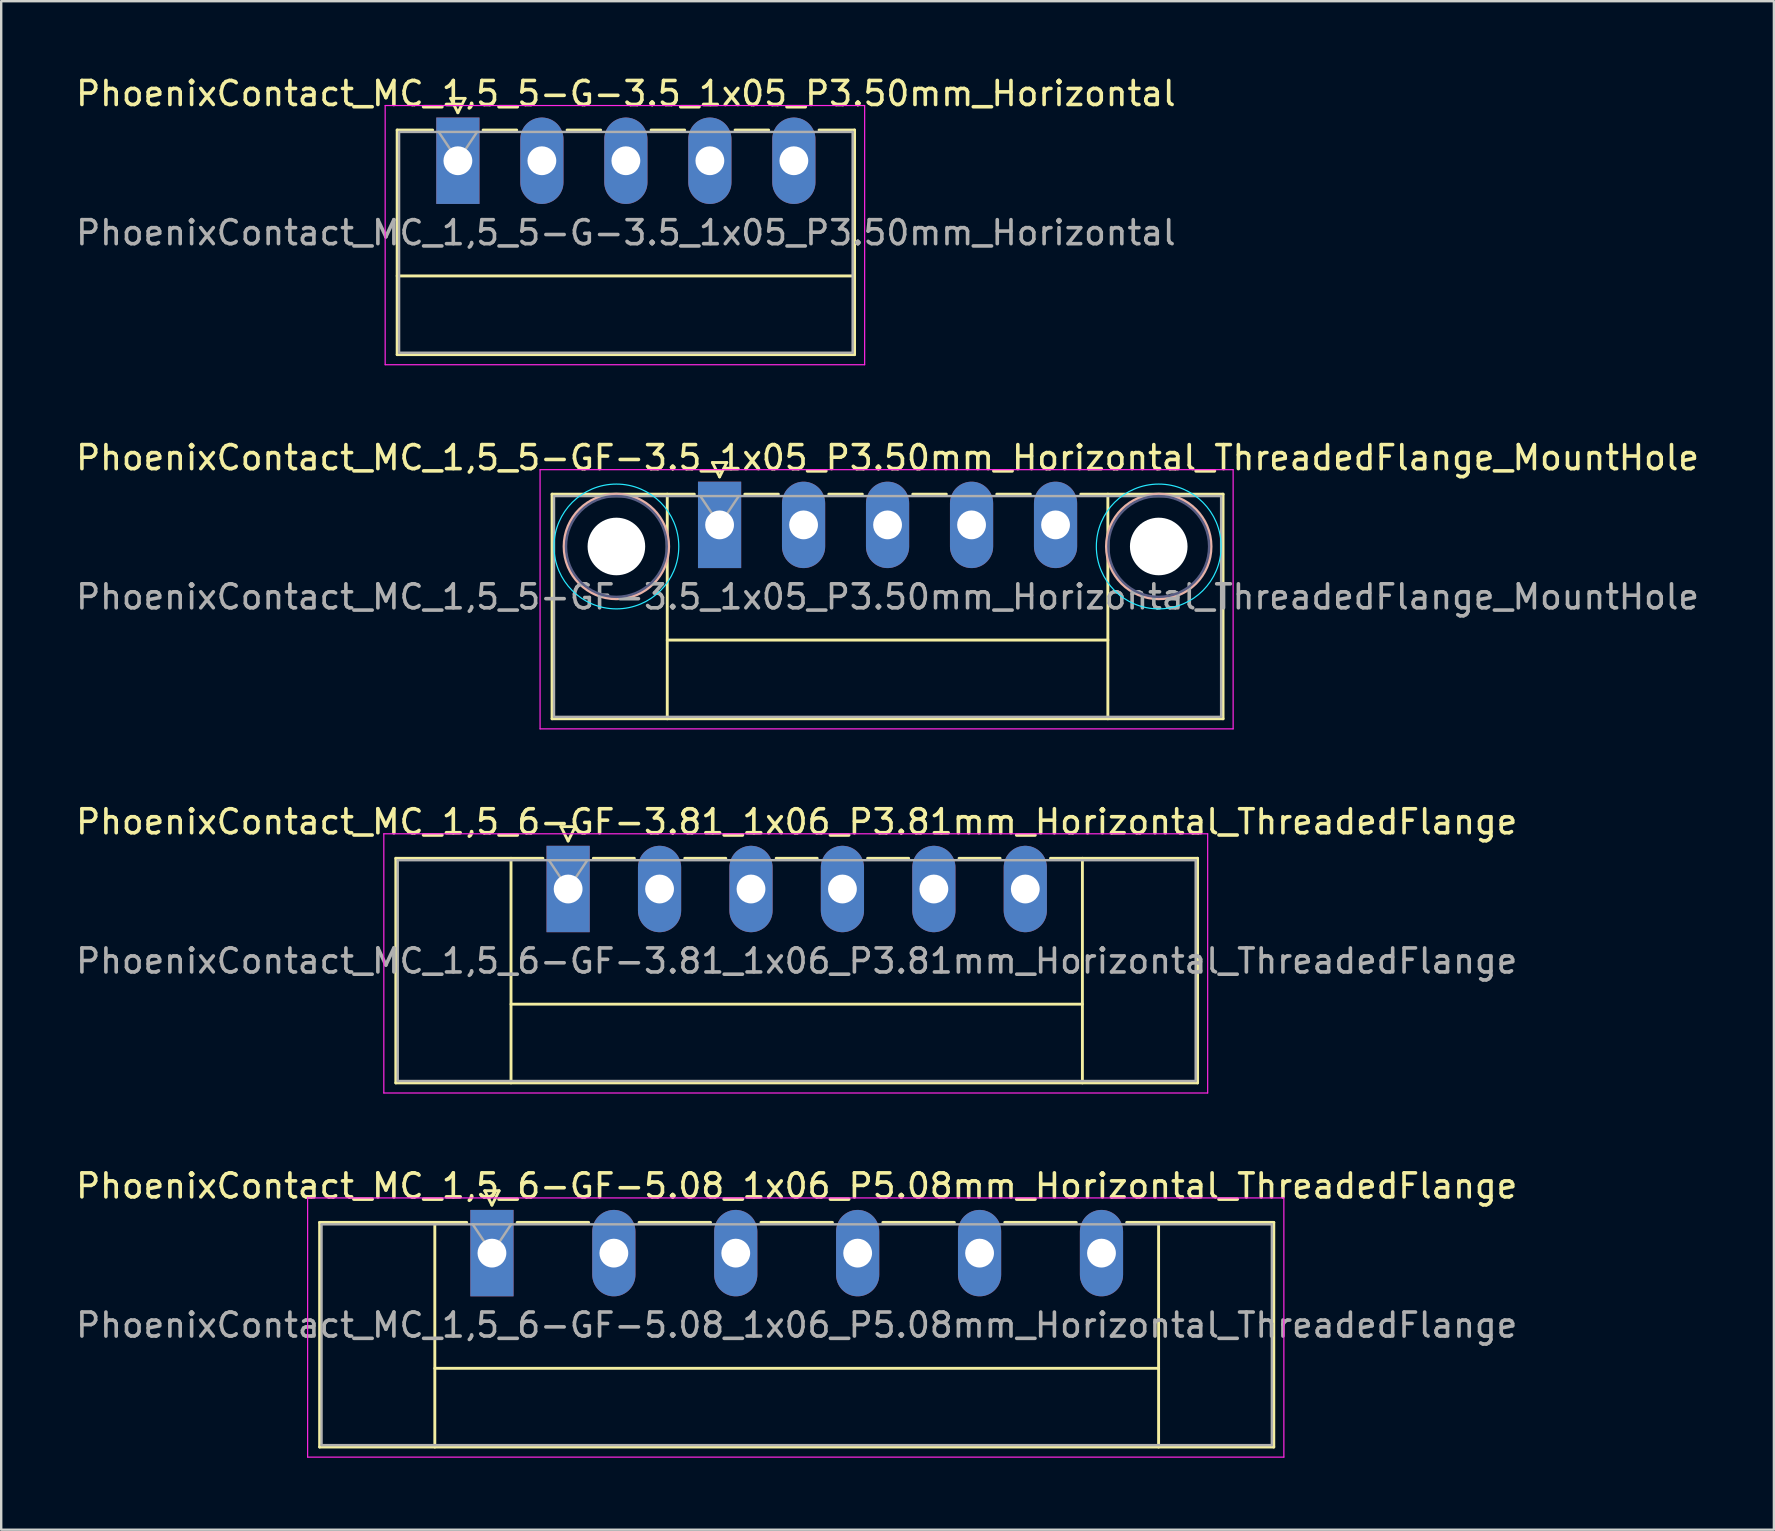
<source format=kicad_pcb>
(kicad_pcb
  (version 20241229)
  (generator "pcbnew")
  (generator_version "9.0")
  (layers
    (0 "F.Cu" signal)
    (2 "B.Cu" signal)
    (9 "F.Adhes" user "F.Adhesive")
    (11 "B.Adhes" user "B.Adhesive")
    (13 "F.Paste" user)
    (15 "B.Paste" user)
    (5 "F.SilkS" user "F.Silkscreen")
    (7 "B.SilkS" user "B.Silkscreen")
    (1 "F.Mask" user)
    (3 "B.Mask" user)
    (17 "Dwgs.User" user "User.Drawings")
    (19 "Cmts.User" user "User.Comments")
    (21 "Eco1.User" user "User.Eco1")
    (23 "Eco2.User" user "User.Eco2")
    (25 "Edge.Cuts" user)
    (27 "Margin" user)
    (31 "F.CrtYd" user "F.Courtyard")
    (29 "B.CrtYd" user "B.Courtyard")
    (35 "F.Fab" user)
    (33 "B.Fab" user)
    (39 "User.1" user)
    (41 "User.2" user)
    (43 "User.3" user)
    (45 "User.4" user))
  (footprint "PhoenixContact_MC_1,5_5-GF-3.5_1x05_P3.50mm_Horizontal_ThreadedFlange_MountHole"
    (layer "F.Cu")
    (at 26.935 18.822)
    (property "Reference" "PhoenixContact_MC_1,5_5-GF-3.5_1x05_P3.50mm_Horizontal_ThreadedFlange_MountHole" (at 7 -2.8 0) (layer "F.SilkS") (effects (font (size 1 1) (thickness 0.15))))
    (attr through_hole)
    (fp_line (start -6.98 -1.28) (end -6.98 8.08) (stroke (width 0.12) (type solid)) (layer "F.SilkS"))
    (fp_line (start -6.98 -1.28) (end -1.05 -1.28) (stroke (width 0.12) (type solid)) (layer "F.SilkS"))
    (fp_line (start -6.98 8.08) (end 20.98 8.08) (stroke (width 0.12) (type solid)) (layer "F.SilkS"))
    (fp_line (start -2.18 -1.28) (end -2.18 8.08) (stroke (width 0.12) (type solid)) (layer "F.SilkS"))
    (fp_line (start -2.18 4.8) (end 16.18 4.8) (stroke (width 0.12) (type solid)) (layer "F.SilkS"))
    (fp_line (start -0.3 -2.6) (end 0.3 -2.6) (stroke (width 0.12) (type solid)) (layer "F.SilkS"))
    (fp_line (start 0 -2) (end -0.3 -2.6) (stroke (width 0.12) (type solid)) (layer "F.SilkS"))
    (fp_line (start 0.3 -2.6) (end 0 -2) (stroke (width 0.12) (type solid)) (layer "F.SilkS"))
    (fp_line (start 1.05 -1.28) (end 2.45 -1.28) (stroke (width 0.12) (type solid)) (layer "F.SilkS"))
    (fp_line (start 4.55 -1.28) (end 5.95 -1.28) (stroke (width 0.12) (type solid)) (layer "F.SilkS"))
    (fp_line (start 8.05 -1.28) (end 9.45 -1.28) (stroke (width 0.12) (type solid)) (layer "F.SilkS"))
    (fp_line (start 11.55 -1.28) (end 12.95 -1.28) (stroke (width 0.12) (type solid)) (layer "F.SilkS"))
    (fp_line (start 16.18 -1.28) (end 16.18 8.08) (stroke (width 0.12) (type solid)) (layer "F.SilkS"))
    (fp_line (start 20.98 -1.28) (end 15.05 -1.28) (stroke (width 0.12) (type solid)) (layer "F.SilkS"))
    (fp_line (start 20.98 8.08) (end 20.98 -1.28) (stroke (width 0.12) (type solid)) (layer "F.SilkS"))
    (fp_circle (center -4.3 0.9) (end -2.12 0.9) (stroke (width 0.12) (type solid)) (fill no) (layer "B.SilkS"))
    (fp_circle (center 18.3 0.9) (end 20.48 0.9) (stroke (width 0.12) (type solid)) (fill no) (layer "B.SilkS"))
    (fp_circle (center -4.3 0.9) (end -1.7 0.9) (stroke (width 0.05) (type solid)) (fill no) (layer "B.CrtYd"))
    (fp_circle (center 18.3 0.9) (end 20.9 0.9) (stroke (width 0.05) (type solid)) (fill no) (layer "B.CrtYd"))
    (fp_line (start -7.48 -2.3) (end -7.48 8.5) (stroke (width 0.05) (type solid)) (layer "F.CrtYd"))
    (fp_line (start -7.48 8.5) (end 21.4 8.5) (stroke (width 0.05) (type solid)) (layer "F.CrtYd"))
    (fp_line (start 21.4 -2.3) (end -7.48 -2.3) (stroke (width 0.05) (type solid)) (layer "F.CrtYd"))
    (fp_line (start 21.4 8.5) (end 21.4 -2.3) (stroke (width 0.05) (type solid)) (layer "F.CrtYd"))
    (fp_circle (center -4.3 0.9) (end -2.2 0.9) (stroke (width 0.1) (type solid)) (fill no) (layer "B.Fab"))
    (fp_circle (center 18.3 0.9) (end 20.4 0.9) (stroke (width 0.1) (type solid)) (fill no) (layer "B.Fab"))
    (fp_line (start -6.9 -1.2) (end -6.9 8) (stroke (width 0.1) (type solid)) (layer "F.Fab"))
    (fp_line (start -6.9 8) (end 20.9 8) (stroke (width 0.1) (type solid)) (layer "F.Fab"))
    (fp_line (start 0 0) (end -0.8 -1.2) (stroke (width 0.1) (type solid)) (layer "F.Fab"))
    (fp_line (start 0.8 -1.2) (end 0 0) (stroke (width 0.1) (type solid)) (layer "F.Fab"))
    (fp_line (start 20.9 -1.2) (end -6.9 -1.2) (stroke (width 0.1) (type solid)) (layer "F.Fab"))
    (fp_line (start 20.9 8) (end 20.9 -1.2) (stroke (width 0.1) (type solid)) (layer "F.Fab"))
    (fp_text user "${REFERENCE}" (at 7 3 0) (layer "F.Fab") (effects (font (size 1 1) (thickness 0.15))))
    (pad "" np_thru_hole circle (at -4.3 0.9) (size 2.4 2.4) (drill 2.4) (layers "*.Cu" "*.Mask"))
    (pad "" np_thru_hole circle (at 18.3 0.9) (size 2.4 2.4) (drill 2.4) (layers "*.Cu" "*.Mask"))
    (pad "1" thru_hole rect (at 0 0) (size 1.8 3.6) (drill 1.2) (layers "*.Cu" "*.Mask"))
    (pad "2" thru_hole oval (at 3.5 0) (size 1.8 3.6) (drill 1.2) (layers "*.Cu" "*.Mask"))
    (pad "3" thru_hole oval (at 7 0) (size 1.8 3.6) (drill 1.2) (layers "*.Cu" "*.Mask"))
    (pad "4" thru_hole oval (at 10.5 0) (size 1.8 3.6) (drill 1.2) (layers "*.Cu" "*.Mask"))
    (pad "5" thru_hole oval (at 14 0) (size 1.8 3.6) (drill 1.2) (layers "*.Cu" "*.Mask")))
  (footprint "PhoenixContact_MC_1,5_6-GF-3.81_1x06_P3.81mm_Horizontal_ThreadedFlange"
    (layer "F.Cu")
    (at 20.624 33.995)
    (property "Reference" "PhoenixContact_MC_1,5_6-GF-3.81_1x06_P3.81mm_Horizontal_ThreadedFlange" (at 9.525 -2.8 0) (layer "F.SilkS") (effects (font (size 1 1) (thickness 0.15))))
    (attr through_hole)
    (fp_line (start -7.18 -1.28) (end -7.18 8.08) (stroke (width 0.12) (type solid)) (layer "F.SilkS"))
    (fp_line (start -7.18 -1.28) (end -1.05 -1.28) (stroke (width 0.12) (type solid)) (layer "F.SilkS"))
    (fp_line (start -7.18 8.08) (end 26.23 8.08) (stroke (width 0.12) (type solid)) (layer "F.SilkS"))
    (fp_line (start -2.38 -1.28) (end -2.38 8.08) (stroke (width 0.12) (type solid)) (layer "F.SilkS"))
    (fp_line (start -2.38 4.8) (end 21.43 4.8) (stroke (width 0.12) (type solid)) (layer "F.SilkS"))
    (fp_line (start -0.3 -2.6) (end 0.3 -2.6) (stroke (width 0.12) (type solid)) (layer "F.SilkS"))
    (fp_line (start 0 -2) (end -0.3 -2.6) (stroke (width 0.12) (type solid)) (layer "F.SilkS"))
    (fp_line (start 0.3 -2.6) (end 0 -2) (stroke (width 0.12) (type solid)) (layer "F.SilkS"))
    (fp_line (start 1.05 -1.28) (end 2.76 -1.28) (stroke (width 0.12) (type solid)) (layer "F.SilkS"))
    (fp_line (start 4.86 -1.28) (end 6.57 -1.28) (stroke (width 0.12) (type solid)) (layer "F.SilkS"))
    (fp_line (start 8.67 -1.28) (end 10.38 -1.28) (stroke (width 0.12) (type solid)) (layer "F.SilkS"))
    (fp_line (start 12.48 -1.28) (end 14.19 -1.28) (stroke (width 0.12) (type solid)) (layer "F.SilkS"))
    (fp_line (start 16.29 -1.28) (end 18 -1.28) (stroke (width 0.12) (type solid)) (layer "F.SilkS"))
    (fp_line (start 21.43 -1.28) (end 21.43 8.08) (stroke (width 0.12) (type solid)) (layer "F.SilkS"))
    (fp_line (start 26.23 -1.28) (end 20.1 -1.28) (stroke (width 0.12) (type solid)) (layer "F.SilkS"))
    (fp_line (start 26.23 8.08) (end 26.23 -1.28) (stroke (width 0.12) (type solid)) (layer "F.SilkS"))
    (fp_line (start -7.68 -2.3) (end -7.68 8.5) (stroke (width 0.05) (type solid)) (layer "F.CrtYd"))
    (fp_line (start -7.68 8.5) (end 26.65 8.5) (stroke (width 0.05) (type solid)) (layer "F.CrtYd"))
    (fp_line (start 26.65 -2.3) (end -7.68 -2.3) (stroke (width 0.05) (type solid)) (layer "F.CrtYd"))
    (fp_line (start 26.65 8.5) (end 26.65 -2.3) (stroke (width 0.05) (type solid)) (layer "F.CrtYd"))
    (fp_line (start -7.1 -1.2) (end -7.1 8) (stroke (width 0.1) (type solid)) (layer "F.Fab"))
    (fp_line (start -7.1 8) (end 26.15 8) (stroke (width 0.1) (type solid)) (layer "F.Fab"))
    (fp_line (start 0 0) (end -0.8 -1.2) (stroke (width 0.1) (type solid)) (layer "F.Fab"))
    (fp_line (start 0.8 -1.2) (end 0 0) (stroke (width 0.1) (type solid)) (layer "F.Fab"))
    (fp_line (start 26.15 -1.2) (end -7.1 -1.2) (stroke (width 0.1) (type solid)) (layer "F.Fab"))
    (fp_line (start 26.15 8) (end 26.15 -1.2) (stroke (width 0.1) (type solid)) (layer "F.Fab"))
    (fp_text user "${REFERENCE}" (at 9.525 3 0) (layer "F.Fab") (effects (font (size 1 1) (thickness 0.15))))
    (pad "1" thru_hole rect (at 0 0) (size 1.8 3.6) (drill 1.2) (layers "*.Cu" "*.Mask"))
    (pad "2" thru_hole oval (at 3.81 0) (size 1.8 3.6) (drill 1.2) (layers "*.Cu" "*.Mask"))
    (pad "3" thru_hole oval (at 7.62 0) (size 1.8 3.6) (drill 1.2) (layers "*.Cu" "*.Mask"))
    (pad "4" thru_hole oval (at 11.43 0) (size 1.8 3.6) (drill 1.2) (layers "*.Cu" "*.Mask"))
    (pad "5" thru_hole oval (at 15.24 0) (size 1.8 3.6) (drill 1.2) (layers "*.Cu" "*.Mask"))
    (pad "6" thru_hole oval (at 19.05 0) (size 1.8 3.6) (drill 1.2) (layers "*.Cu" "*.Mask")))
  (footprint "PhoenixContact_MC_1,5_6-GF-5.08_1x06_P5.08mm_Horizontal_ThreadedFlange"
    (layer "F.Cu")
    (at 17.449 49.168)
    (property "Reference" "PhoenixContact_MC_1,5_6-GF-5.08_1x06_P5.08mm_Horizontal_ThreadedFlange" (at 12.7 -2.8 0) (layer "F.SilkS") (effects (font (size 1 1) (thickness 0.15))))
    (attr through_hole)
    (fp_line (start -7.18 -1.28) (end -7.18 8.08) (stroke (width 0.12) (type solid)) (layer "F.SilkS"))
    (fp_line (start -7.18 -1.28) (end -1.05 -1.28) (stroke (width 0.12) (type solid)) (layer "F.SilkS"))
    (fp_line (start -7.18 8.08) (end 32.58 8.08) (stroke (width 0.12) (type solid)) (layer "F.SilkS"))
    (fp_line (start -2.38 -1.28) (end -2.38 8.08) (stroke (width 0.12) (type solid)) (layer "F.SilkS"))
    (fp_line (start -2.38 4.8) (end 27.78 4.8) (stroke (width 0.12) (type solid)) (layer "F.SilkS"))
    (fp_line (start -0.3 -2.6) (end 0.3 -2.6) (stroke (width 0.12) (type solid)) (layer "F.SilkS"))
    (fp_line (start 0 -2) (end -0.3 -2.6) (stroke (width 0.12) (type solid)) (layer "F.SilkS"))
    (fp_line (start 0.3 -2.6) (end 0 -2) (stroke (width 0.12) (type solid)) (layer "F.SilkS"))
    (fp_line (start 1.05 -1.28) (end 4.03 -1.28) (stroke (width 0.12) (type solid)) (layer "F.SilkS"))
    (fp_line (start 6.13 -1.28) (end 9.11 -1.28) (stroke (width 0.12) (type solid)) (layer "F.SilkS"))
    (fp_line (start 11.21 -1.28) (end 14.19 -1.28) (stroke (width 0.12) (type solid)) (layer "F.SilkS"))
    (fp_line (start 16.29 -1.28) (end 19.27 -1.28) (stroke (width 0.12) (type solid)) (layer "F.SilkS"))
    (fp_line (start 21.37 -1.28) (end 24.35 -1.28) (stroke (width 0.12) (type solid)) (layer "F.SilkS"))
    (fp_line (start 27.78 -1.28) (end 27.78 8.08) (stroke (width 0.12) (type solid)) (layer "F.SilkS"))
    (fp_line (start 32.58 -1.28) (end 26.45 -1.28) (stroke (width 0.12) (type solid)) (layer "F.SilkS"))
    (fp_line (start 32.58 8.08) (end 32.58 -1.28) (stroke (width 0.12) (type solid)) (layer "F.SilkS"))
    (fp_line (start -7.68 -2.3) (end -7.68 8.5) (stroke (width 0.05) (type solid)) (layer "F.CrtYd"))
    (fp_line (start -7.68 8.5) (end 33 8.5) (stroke (width 0.05) (type solid)) (layer "F.CrtYd"))
    (fp_line (start 33 -2.3) (end -7.68 -2.3) (stroke (width 0.05) (type solid)) (layer "F.CrtYd"))
    (fp_line (start 33 8.5) (end 33 -2.3) (stroke (width 0.05) (type solid)) (layer "F.CrtYd"))
    (fp_line (start -7.1 -1.2) (end -7.1 8) (stroke (width 0.1) (type solid)) (layer "F.Fab"))
    (fp_line (start -7.1 8) (end 32.5 8) (stroke (width 0.1) (type solid)) (layer "F.Fab"))
    (fp_line (start 0 0) (end -0.8 -1.2) (stroke (width 0.1) (type solid)) (layer "F.Fab"))
    (fp_line (start 0.8 -1.2) (end 0 0) (stroke (width 0.1) (type solid)) (layer "F.Fab"))
    (fp_line (start 32.5 -1.2) (end -7.1 -1.2) (stroke (width 0.1) (type solid)) (layer "F.Fab"))
    (fp_line (start 32.5 8) (end 32.5 -1.2) (stroke (width 0.1) (type solid)) (layer "F.Fab"))
    (fp_text user "${REFERENCE}" (at 12.7 3 0) (layer "F.Fab") (effects (font (size 1 1) (thickness 0.15))))
    (pad "1" thru_hole rect (at 0 0) (size 1.8 3.6) (drill 1.2) (layers "*.Cu" "*.Mask"))
    (pad "2" thru_hole oval (at 5.08 0) (size 1.8 3.6) (drill 1.2) (layers "*.Cu" "*.Mask"))
    (pad "3" thru_hole oval (at 10.16 0) (size 1.8 3.6) (drill 1.2) (layers "*.Cu" "*.Mask"))
    (pad "4" thru_hole oval (at 15.24 0) (size 1.8 3.6) (drill 1.2) (layers "*.Cu" "*.Mask"))
    (pad "5" thru_hole oval (at 20.32 0) (size 1.8 3.6) (drill 1.2) (layers "*.Cu" "*.Mask"))
    (pad "6" thru_hole oval (at 25.4 0) (size 1.8 3.6) (drill 1.2) (layers "*.Cu" "*.Mask")))
  (footprint "PhoenixContact_MC_1,5_5-G-3.5_1x05_P3.50mm_Horizontal"
    (layer "F.Cu")
    (at 16.03 3.648)
    (property "Reference" "PhoenixContact_MC_1,5_5-G-3.5_1x05_P3.50mm_Horizontal" (at 7 -2.8 0) (layer "F.SilkS") (effects (font (size 1 1) (thickness 0.15))))
    (attr through_hole)
    (fp_line (start -2.53 -1.28) (end -2.53 8.08) (stroke (width 0.12) (type solid)) (layer "F.SilkS"))
    (fp_line (start -2.53 -1.28) (end -1.05 -1.28) (stroke (width 0.12) (type solid)) (layer "F.SilkS"))
    (fp_line (start -2.53 4.8) (end 16.53 4.8) (stroke (width 0.12) (type solid)) (layer "F.SilkS"))
    (fp_line (start -2.53 8.08) (end 16.53 8.08) (stroke (width 0.12) (type solid)) (layer "F.SilkS"))
    (fp_line (start -0.3 -2.6) (end 0.3 -2.6) (stroke (width 0.12) (type solid)) (layer "F.SilkS"))
    (fp_line (start 0 -2) (end -0.3 -2.6) (stroke (width 0.12) (type solid)) (layer "F.SilkS"))
    (fp_line (start 0.3 -2.6) (end 0 -2) (stroke (width 0.12) (type solid)) (layer "F.SilkS"))
    (fp_line (start 1.05 -1.28) (end 2.45 -1.28) (stroke (width 0.12) (type solid)) (layer "F.SilkS"))
    (fp_line (start 4.55 -1.28) (end 5.95 -1.28) (stroke (width 0.12) (type solid)) (layer "F.SilkS"))
    (fp_line (start 8.05 -1.28) (end 9.45 -1.28) (stroke (width 0.12) (type solid)) (layer "F.SilkS"))
    (fp_line (start 11.55 -1.28) (end 12.95 -1.28) (stroke (width 0.12) (type solid)) (layer "F.SilkS"))
    (fp_line (start 16.53 -1.28) (end 15.05 -1.28) (stroke (width 0.12) (type solid)) (layer "F.SilkS"))
    (fp_line (start 16.53 8.08) (end 16.53 -1.28) (stroke (width 0.12) (type solid)) (layer "F.SilkS"))
    (fp_line (start -3.03 -2.3) (end -3.03 8.5) (stroke (width 0.05) (type solid)) (layer "F.CrtYd"))
    (fp_line (start -3.03 8.5) (end 16.95 8.5) (stroke (width 0.05) (type solid)) (layer "F.CrtYd"))
    (fp_line (start 16.95 -2.3) (end -3.03 -2.3) (stroke (width 0.05) (type solid)) (layer "F.CrtYd"))
    (fp_line (start 16.95 8.5) (end 16.95 -2.3) (stroke (width 0.05) (type solid)) (layer "F.CrtYd"))
    (fp_line (start -2.45 -1.2) (end -2.45 8) (stroke (width 0.1) (type solid)) (layer "F.Fab"))
    (fp_line (start -2.45 8) (end 16.45 8) (stroke (width 0.1) (type solid)) (layer "F.Fab"))
    (fp_line (start 0 0) (end -0.8 -1.2) (stroke (width 0.1) (type solid)) (layer "F.Fab"))
    (fp_line (start 0.8 -1.2) (end 0 0) (stroke (width 0.1) (type solid)) (layer "F.Fab"))
    (fp_line (start 16.45 -1.2) (end -2.45 -1.2) (stroke (width 0.1) (type solid)) (layer "F.Fab"))
    (fp_line (start 16.45 8) (end 16.45 -1.2) (stroke (width 0.1) (type solid)) (layer "F.Fab"))
    (fp_text user "${REFERENCE}" (at 7 3 0) (layer "F.Fab") (effects (font (size 1 1) (thickness 0.15))))
    (pad "1" thru_hole rect (at 0 0) (size 1.8 3.6) (drill 1.2) (layers "*.Cu" "*.Mask"))
    (pad "2" thru_hole oval (at 3.5 0) (size 1.8 3.6) (drill 1.2) (layers "*.Cu" "*.Mask"))
    (pad "3" thru_hole oval (at 7 0) (size 1.8 3.6) (drill 1.2) (layers "*.Cu" "*.Mask"))
    (pad "4" thru_hole oval (at 10.5 0) (size 1.8 3.6) (drill 1.2) (layers "*.Cu" "*.Mask"))
    (pad "5" thru_hole oval (at 14 0) (size 1.8 3.6) (drill 1.2) (layers "*.Cu" "*.Mask")))
  (gr_rect
    (start -3 -3)
    (end 70.869 60.693)
    (stroke (width 0.1) (type default))
    (fill no)
    (layer "Edge.Cuts")))
</source>
